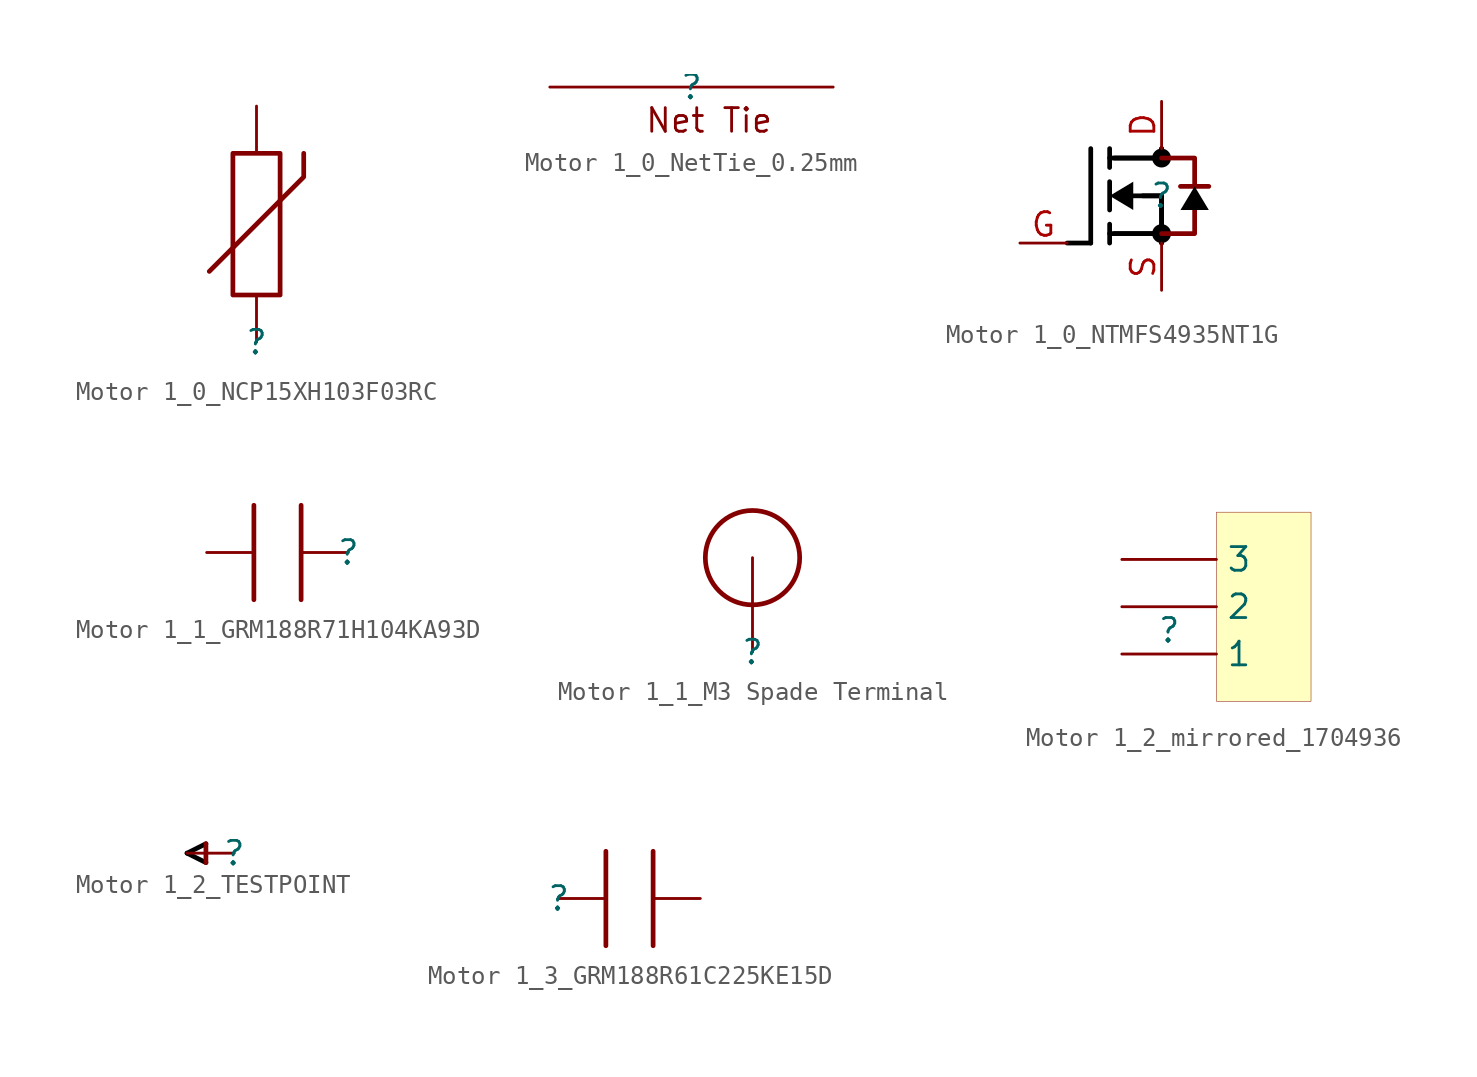
<source format=kicad_sym>
(kicad_symbol_lib
  (version 20231120)
  (generator "kicad_symbol_editor")
  (generator_version "8.0")
  (symbol "Motor 1_0_NCP15XH103F03RC"
    (property "Reference" ""
      (at 0 0 0)
      (effects (font (size 1.27 1.27))))
    (property "Value" ""
      (at 0 0 0)
      (effects (font (size 1.27 1.27))))
    (symbol "Motor 1_0_NCP15XH103F03RC_1_0"
      (polyline (pts (xy -2.54 3.81) (xy 2.54 8.89) (xy 2.54 10.16)) (stroke (width 0.254) (type solid)) (fill (type none)))
      (polyline (pts (xy 1.27 2.54) (xy -1.27 2.54) (xy -1.27 10.16) (xy 1.27 10.16) (xy 1.27 2.54)) (stroke (width 0.254) (type solid)) (fill (type none)))
      (pin passive line (at 0 0 90) (length 2.54) (name "0" (effects (font (size 0 0)))) (number "1" (effects (font (size 0 0)))))
      (pin passive line (at 0 12.7 270) (length 2.54) (name "0" (effects (font (size 0 0)))) (number "2" (effects (font (size 0 0)))))))
  (symbol "Motor 1_0_NetTie_0.25mm"
    (property "Reference" ""
      (at 0 0 0)
      (effects (font (size 1.27 1.27))))
    (property "Value" ""
      (at 0 0 0)
      (effects (font (size 1.27 1.27))))
    (symbol "Motor 1_0_NetTie_0.25mm_1_0"
      (text "Net Tie" (at -2.54 -2.54 0) (effects (font (size 1.27 1.27)) (justify left bottom)))
      (pin passive line (at -7.62 0 0) (length 7.62) (name "" (effects (font (size 0 0)))) (number "1" (effects (font (size 0 0)))))
      (pin passive line (at 7.62 0 180) (length 7.62) (name "" (effects (font (size 0 0)))) (number "2" (effects (font (size 0 0)))))))
  (symbol "Motor 1_0_NTMFS4935NT1G"
    (property "Reference" ""
      (at 0 0 0)
      (effects (font (size 1.27 1.27))))
    (property "Value" ""
      (at 0 0 0)
      (effects (font (size 1.27 1.27))))
    (symbol "Motor 1_0_NTMFS4935NT1G_1_0"
      (circle (center 0 -2.032) (radius 0.508) (stroke (width -0.0001) (type solid) (color 0 0 0 1)) (fill (type outline)))
      (polyline (pts (xy -5.08 -2.54) (xy -3.81 -2.54)) (stroke (width 0.254) (type solid) (color 0 0 0 1)) (fill (type none)))
      (polyline (pts (xy -3.81 -2.54) (xy -3.81 2.54)) (stroke (width 0.254) (type solid) (color 0 0 0 1)) (fill (type none)))
      (polyline (pts (xy -2.794 -2.032) (xy 0 -2.032)) (stroke (width 0.254) (type solid) (color 0 0 0 1)) (fill (type none)))
      (polyline (pts (xy -2.794 -1.524) (xy -2.794 -2.54)) (stroke (width 0.254) (type solid) (color 0 0 0 1)) (fill (type none)))
      (polyline (pts (xy -2.794 0.762) (xy -2.794 -0.762)) (stroke (width 0.254) (type solid) (color 0 0 0 1)) (fill (type none)))
      (polyline (pts (xy -2.794 2.54) (xy -2.794 1.524)) (stroke (width 0.254) (type solid) (color 0 0 0 1)) (fill (type none)))
      (polyline (pts (xy -2.54 -2.032) (xy -0.254 -2.032)) (stroke (width 0.254) (type solid) (color 0 0 0 1)) (fill (type none)))
      (polyline (pts (xy -1.524 0) (xy 0 0)) (stroke (width 0.254) (type solid) (color 0 0 0 1)) (fill (type none)))
      (polyline (pts (xy -1.016 0) (xy 0 0)) (stroke (width 0.254) (type solid) (color 0 0 0 1)) (fill (type none)))
      (polyline (pts (xy 0 0) (xy 0 -2.54)) (stroke (width 0.254) (type solid) (color 0 0 0 1)) (fill (type none)))
      (polyline (pts (xy 0 0) (xy 0 -2.54)) (stroke (width 0.254) (type solid) (color 0 0 0 1)) (fill (type none)))
      (polyline (pts (xy 0 2.032) (xy -2.794 2.032)) (stroke (width 0.254) (type solid) (color 0 0 0 1)) (fill (type none)))
      (polyline (pts (xy 0 2.032) (xy -2.54 2.032)) (stroke (width 0.254) (type solid) (color 0 0 0 1)) (fill (type none)))
      (polyline (pts (xy 0 2.54) (xy 0 2.032)) (stroke (width 0.254) (type solid) (color 0 0 0 1)) (fill (type none)))
      (polyline (pts (xy 0 2.54) (xy 0 2.032)) (stroke (width 0.254) (type solid) (color 0 0 0 1)) (fill (type none)))
      (polyline (pts (xy 1.016 0.508) (xy 2.54 0.508)) (stroke (width 0.254) (type solid)) (fill (type none)))
      (polyline (pts (xy 0 2.032) (xy 1.778 2.032) (xy 1.778 0.508)) (stroke (width 0.254) (type solid)) (fill (type none)))
      (polyline (pts (xy 1.778 -0.762) (xy 1.778 -2.032) (xy 0 -2.032)) (stroke (width 0.254) (type solid)) (fill (type none)))
      (polyline (pts (xy -1.524 -0.762) (xy -1.524 0.762) (xy -2.794 0) (xy -1.524 -0.762)) (stroke (width -0.0001) (type solid) (color 0 0 0 1)) (fill (type outline)))
      (polyline (pts (xy 2.54 -0.762) (xy 1.016 -0.762) (xy 1.778 0.508) (xy 2.54 -0.762)) (stroke (width -0.0001) (type solid) (color 0 0 0 1)) (fill (type outline)))
      (circle (center 0 2.032) (radius 0.508) (stroke (width -0.0001) (type solid) (color 0 0 0 1)) (fill (type outline)))
      (pin passive line (at 0 5.08 270) (length 2.54) (name "D" (effects (font (size 0 0)))) (number "D" (effects (font (size 1.27 1.27)))))
      (pin passive line (at -7.62 -2.54 0) (length 2.54) (name "G" (effects (font (size 0 0)))) (number "G" (effects (font (size 1.27 1.27)))))
      (pin passive line (at 0 -5.08 90) (length 2.54) (name "S" (effects (font (size 0 0)))) (number "S" (effects (font (size 1.27 1.27)))))))
  (symbol "Motor 1_1_GRM188R71H104KA93D"
    (property "Reference" ""
      (at 0 0 0)
      (effects (font (size 1.27 1.27))))
    (property "Value" ""
      (at 0 0 0)
      (effects (font (size 1.27 1.27))))
    (symbol "Motor 1_1_GRM188R71H104KA93D_1_0"
      (polyline (pts (xy -5.08 -2.54) (xy -5.08 2.54)) (stroke (width 0.254) (type solid)) (fill (type none)))
      (polyline (pts (xy -2.54 -2.54) (xy -2.54 2.54)) (stroke (width 0.254) (type solid)) (fill (type none)))
      (pin passive line (at 0 0 180) (length 2.54) (name "1" (effects (font (size 0 0)))) (number "1" (effects (font (size 0 0)))))
      (pin passive line (at -7.62 0 0) (length 2.54) (name "2" (effects (font (size 0 0)))) (number "2" (effects (font (size 0 0)))))))
  (symbol "Motor 1_1_M3 Spade Terminal"
    (property "Reference" ""
      (at 0 0 0)
      (effects (font (size 1.27 1.27))))
    (property "Value" ""
      (at 0 0 0)
      (effects (font (size 1.27 1.27))))
    (symbol "Motor 1_1_M3 Spade Terminal_1_0"
      (circle (center 0 5.08) (radius 2.538) (stroke (width 0.254) (type solid)) (fill (type none)))
      (pin passive line (at 0 0 90) (length 5.08) (name "1" (effects (font (size 0 0)))) (number "1" (effects (font (size 0 0)))))))
  (symbol "Motor 1_2_mirrored_1704936"
    (property "Reference" ""
      (at 0 0 0)
      (effects (font (size 1.27 1.27))))
    (property "Value" ""
      (at 0 0 0)
      (effects (font (size 1.27 1.27))))
    (symbol "Motor 1_2_mirrored_1704936_1_0"
      (rectangle (start 7.62 6.35) (end 2.54 -3.81) (stroke (width 0.025) (type solid) (color 128 0 0 1)) (fill (type background)))
      (pin passive line (at -2.54 -1.27 0) (length 5.08) (name "1" (effects (font (size 1.27 1.27)))) (number "1" (effects (font (size 0 0)))))
      (pin passive line (at -2.54 1.27 0) (length 5.08) (name "2" (effects (font (size 1.27 1.27)))) (number "2" (effects (font (size 0 0)))))
      (pin passive line (at -2.54 3.81 0) (length 5.08) (name "3" (effects (font (size 1.27 1.27)))) (number "3" (effects (font (size 0 0)))))))
  (symbol "Motor 1_2_TESTPOINT"
    (property "Reference" ""
      (at 0 0 0)
      (effects (font (size 1.27 1.27))))
    (property "Value" ""
      (at 0 0 0)
      (effects (font (size 1.27 1.27))))
    (symbol "Motor 1_2_TESTPOINT_1_0"
      (polyline (pts (xy -2.54 0) (xy -1.524 0.508)) (stroke (width 0.254) (type solid) (color 0 0 0 1)) (fill (type none)))
      (polyline (pts (xy -1.524 -0.508) (xy -2.54 0)) (stroke (width 0.254) (type solid) (color 0 0 0 1)) (fill (type none)))
      (polyline (pts (xy -1.524 -0.508) (xy -1.524 0.508)) (stroke (width 0.254) (type solid)) (fill (type none)))
      (pin passive line (at 0 0 180) (length 2.54) (name "" (effects (font (size 0 0)))) (number "1" (effects (font (size 0 0)))))))
  (symbol "Motor 1_3_GRM188R61C225KE15D"
    (property "Reference" ""
      (at 0 0 0)
      (effects (font (size 1.27 1.27))))
    (property "Value" ""
      (at 0 0 0)
      (effects (font (size 1.27 1.27))))
    (symbol "Motor 1_3_GRM188R61C225KE15D_1_0"
      (polyline (pts (xy 2.54 2.54) (xy 2.54 -2.54)) (stroke (width 0.254) (type solid)) (fill (type none)))
      (polyline (pts (xy 5.08 2.54) (xy 5.08 -2.54)) (stroke (width 0.254) (type solid)) (fill (type none)))
      (pin passive line (at 0 0 0) (length 2.54) (name "1" (effects (font (size 0 0)))) (number "1" (effects (font (size 0 0)))))
      (pin passive line (at 7.62 0 180) (length 2.54) (name "2" (effects (font (size 0 0)))) (number "2" (effects (font (size 0 0))))))))
</source>
